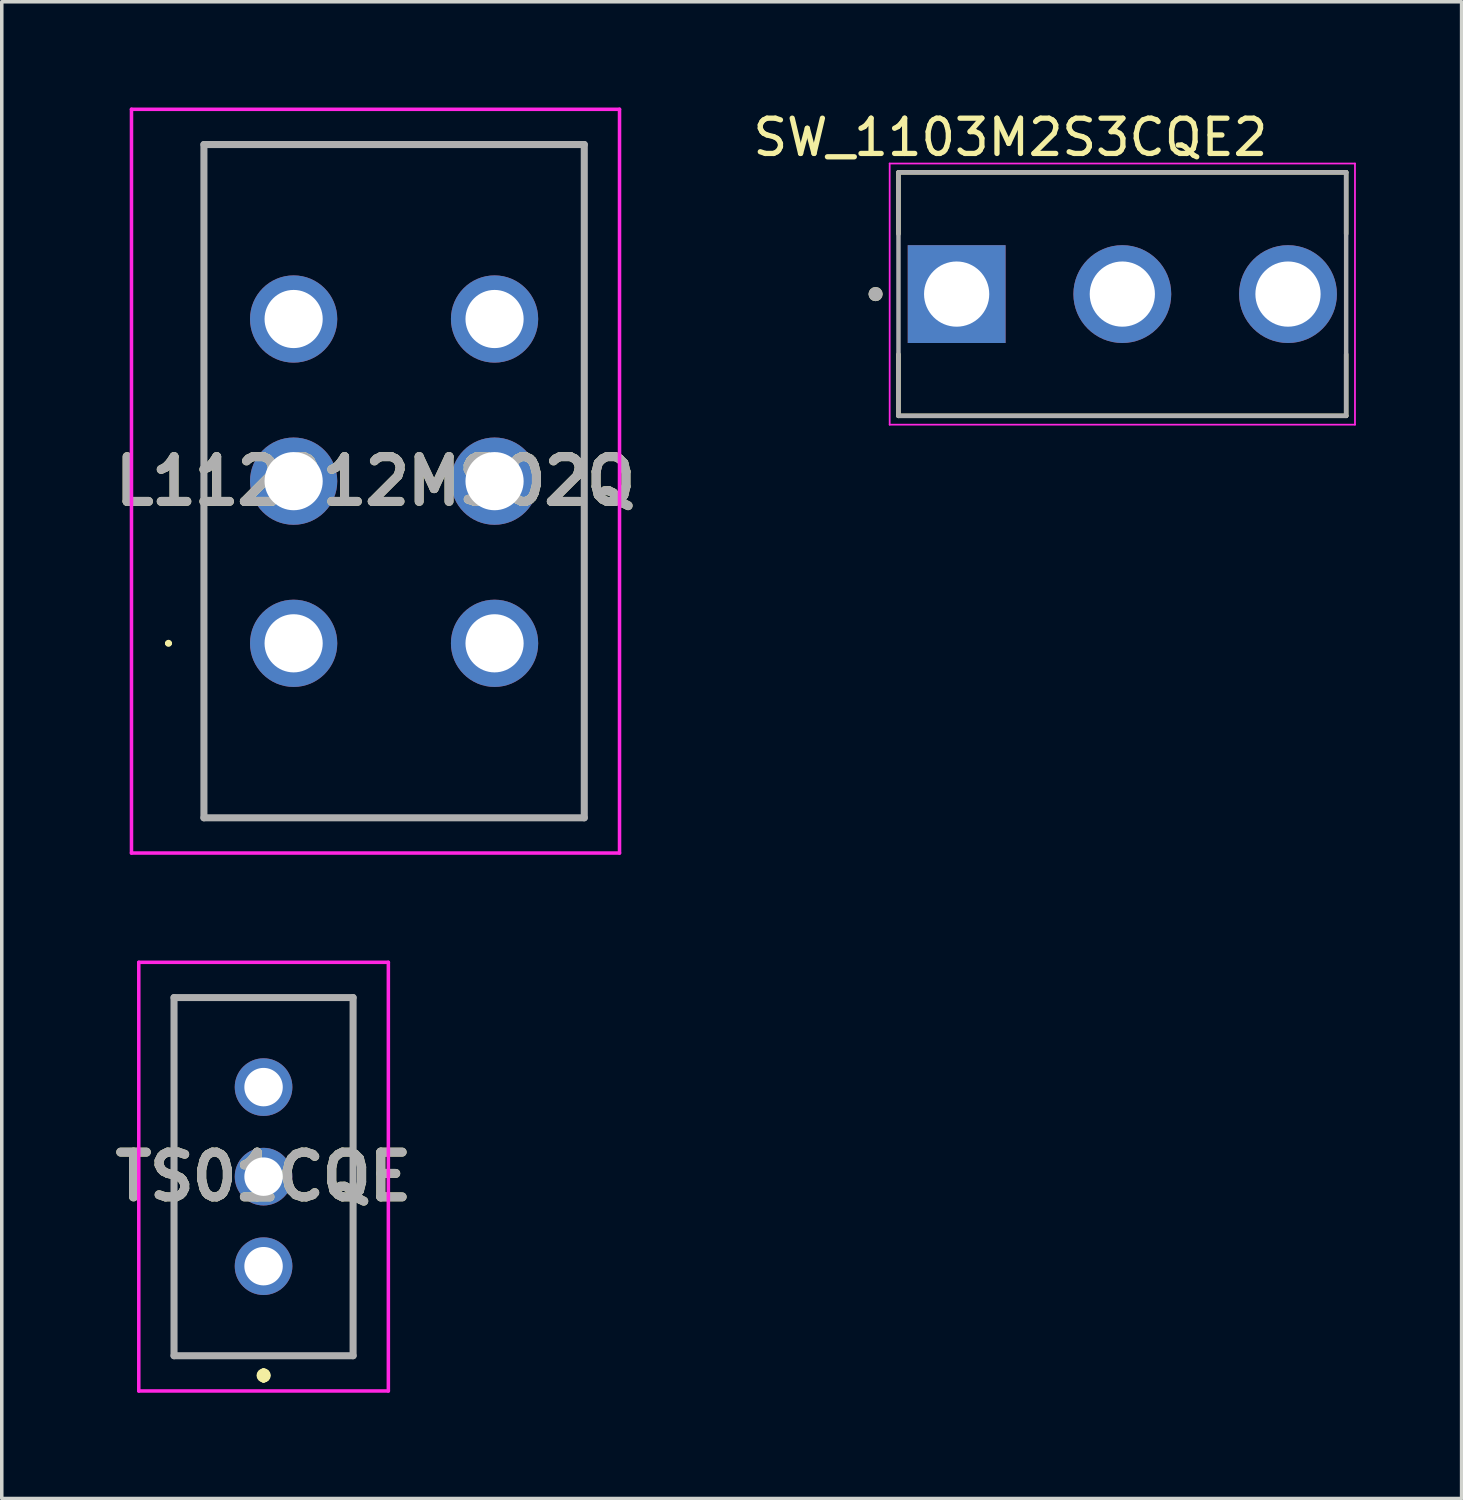
<source format=kicad_pcb>
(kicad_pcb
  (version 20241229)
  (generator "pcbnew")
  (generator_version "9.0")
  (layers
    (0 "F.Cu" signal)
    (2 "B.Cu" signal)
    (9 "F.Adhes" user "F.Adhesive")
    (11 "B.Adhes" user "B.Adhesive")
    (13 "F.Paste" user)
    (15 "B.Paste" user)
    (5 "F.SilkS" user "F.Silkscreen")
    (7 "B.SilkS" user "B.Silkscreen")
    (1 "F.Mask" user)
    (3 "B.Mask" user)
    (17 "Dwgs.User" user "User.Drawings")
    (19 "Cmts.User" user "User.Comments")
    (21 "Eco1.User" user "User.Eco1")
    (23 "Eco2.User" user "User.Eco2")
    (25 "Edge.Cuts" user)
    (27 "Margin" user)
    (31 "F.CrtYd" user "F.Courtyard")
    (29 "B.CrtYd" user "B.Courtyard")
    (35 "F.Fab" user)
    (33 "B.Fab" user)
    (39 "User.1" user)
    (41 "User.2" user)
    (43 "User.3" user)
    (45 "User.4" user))
  (footprint "TS01CQE"
    (layer "F.Cu")
    (at 4.427 32.87)
    (property "Reference" "TS01CQE" (at 0 -2.54 0) (layer "F.SilkS") (effects (font (size 1.27 1.27) (thickness 0.254))))
    (attr through_hole)
    (fp_line (start -2.54 -7.62) (end 2.54 -7.62) (stroke (width 0.1) (type solid)) (layer "F.SilkS"))
    (fp_line (start -2.54 2.54) (end -2.54 -7.62) (stroke (width 0.1) (type solid)) (layer "F.SilkS"))
    (fp_line (start 0 3) (end 0 3) (stroke (width 0.2) (type solid)) (layer "F.SilkS"))
    (fp_line (start 0 3.2) (end 0 3.2) (stroke (width 0.2) (type solid)) (layer "F.SilkS"))
    (fp_line (start 0 3.2) (end 0 3.2) (stroke (width 0.2) (type solid)) (layer "F.SilkS"))
    (fp_line (start 2.54 -7.62) (end 2.54 2.54) (stroke (width 0.1) (type solid)) (layer "F.SilkS"))
    (fp_line (start 2.54 2.54) (end -2.54 2.54) (stroke (width 0.1) (type solid)) (layer "F.SilkS"))
    (fp_arc (start 0 3) (mid 0.1 3.1) (end 0 3.2) (stroke (width 0.2) (type solid)) (layer "F.SilkS"))
    (fp_arc (start 0 3) (mid 0.1 3.1) (end 0 3.2) (stroke (width 0.2) (type solid)) (layer "F.SilkS"))
    (fp_arc (start 0 3.2) (mid -0.1 3.1) (end 0 3) (stroke (width 0.2) (type solid)) (layer "F.SilkS"))
    (fp_line (start -3.54 -8.62) (end 3.54 -8.62) (stroke (width 0.1) (type solid)) (layer "F.CrtYd"))
    (fp_line (start -3.54 3.54) (end -3.54 -8.62) (stroke (width 0.1) (type solid)) (layer "F.CrtYd"))
    (fp_line (start 3.54 -8.62) (end 3.54 3.54) (stroke (width 0.1) (type solid)) (layer "F.CrtYd"))
    (fp_line (start 3.54 3.54) (end -3.54 3.54) (stroke (width 0.1) (type solid)) (layer "F.CrtYd"))
    (fp_line (start -2.54 -7.62) (end -2.54 2.54) (stroke (width 0.2) (type solid)) (layer "F.Fab"))
    (fp_line (start -2.54 2.54) (end 2.54 2.54) (stroke (width 0.2) (type solid)) (layer "F.Fab"))
    (fp_line (start 2.54 -7.62) (end -2.54 -7.62) (stroke (width 0.2) (type solid)) (layer "F.Fab"))
    (fp_line (start 2.54 2.54) (end 2.54 -7.62) (stroke (width 0.2) (type solid)) (layer "F.Fab"))
    (fp_text user "${REFERENCE}" (at 0 -2.54 0) (layer "F.Fab") (effects (font (size 1.27 1.27) (thickness 0.254))))
    (pad "1" thru_hole circle (at 0 0) (size 1.635 1.635) (drill 1.09) (layers "*.Cu" "*.Mask"))
    (pad "2" thru_hole circle (at 0 -2.54) (size 1.635 1.635) (drill 1.09) (layers "*.Cu" "*.Mask"))
    (pad "3" thru_hole circle (at 0 -5.08) (size 1.635 1.635) (drill 1.09) (layers "*.Cu" "*.Mask")))
  (footprint "L112012MS02Q"
    (layer "F.Cu")
    (at 5.28 15.2)
    (property "Reference" "L112012MS02Q" (at 2.322 -4.6 0) (layer "F.SilkS") (effects (font (size 1.27 1.27) (thickness 0.254))))
    (attr through_hole)
    (fp_line (start -3.6 0) (end -3.6 0) (stroke (width 0.1) (type solid)) (layer "F.SilkS"))
    (fp_line (start -3.5 0) (end -3.5 0) (stroke (width 0.1) (type solid)) (layer "F.SilkS"))
    (fp_line (start -2.545 -14.15) (end 8.245 -14.15) (stroke (width 0.1) (type solid)) (layer "F.SilkS"))
    (fp_line (start -2.545 4.95) (end -2.545 -14.15) (stroke (width 0.1) (type solid)) (layer "F.SilkS"))
    (fp_line (start 8.245 -14.15) (end 8.245 4.95) (stroke (width 0.1) (type solid)) (layer "F.SilkS"))
    (fp_line (start 8.245 4.95) (end -2.545 4.95) (stroke (width 0.1) (type solid)) (layer "F.SilkS"))
    (fp_arc (start -3.6 0) (mid -3.55 -0.05) (end -3.5 0) (stroke (width 0.1) (type solid)) (layer "F.SilkS"))
    (fp_arc (start -3.5 0) (mid -3.55 0.05) (end -3.6 0) (stroke (width 0.1) (type solid)) (layer "F.SilkS"))
    (fp_line (start -4.6 -15.15) (end 9.245 -15.15) (stroke (width 0.1) (type solid)) (layer "F.CrtYd"))
    (fp_line (start -4.6 5.95) (end -4.6 -15.15) (stroke (width 0.1) (type solid)) (layer "F.CrtYd"))
    (fp_line (start 9.245 -15.15) (end 9.245 5.95) (stroke (width 0.1) (type solid)) (layer "F.CrtYd"))
    (fp_line (start 9.245 5.95) (end -4.6 5.95) (stroke (width 0.1) (type solid)) (layer "F.CrtYd"))
    (fp_line (start -2.545 -14.15) (end 8.245 -14.15) (stroke (width 0.2) (type solid)) (layer "F.Fab"))
    (fp_line (start -2.545 4.95) (end -2.545 -14.15) (stroke (width 0.2) (type solid)) (layer "F.Fab"))
    (fp_line (start 8.245 -14.15) (end 8.245 4.95) (stroke (width 0.2) (type solid)) (layer "F.Fab"))
    (fp_line (start 8.245 4.95) (end -2.545 4.95) (stroke (width 0.2) (type solid)) (layer "F.Fab"))
    (fp_text user "${REFERENCE}" (at 2.322 -4.6 0) (layer "F.Fab") (effects (font (size 1.27 1.27) (thickness 0.254))))
    (pad "1" thru_hole circle (at 0 0) (size 2.475 2.475) (drill 1.65) (layers "*.Cu" "*.Mask"))
    (pad "2" thru_hole circle (at 0 -4.6) (size 2.475 2.475) (drill 1.65) (layers "*.Cu" "*.Mask"))
    (pad "3" thru_hole circle (at 0 -9.2) (size 2.475 2.475) (drill 1.65) (layers "*.Cu" "*.Mask"))
    (pad "4" thru_hole circle (at 5.7 0) (size 2.475 2.475) (drill 1.65) (layers "*.Cu" "*.Mask"))
    (pad "5" thru_hole circle (at 5.7 -4.6) (size 2.475 2.475) (drill 1.65) (layers "*.Cu" "*.Mask"))
    (pad "6" thru_hole circle (at 5.7 -9.2) (size 2.475 2.475) (drill 1.65) (layers "*.Cu" "*.Mask")))
  (footprint "SW_1103M2S3CQE2"
    (layer "F.Cu")
    (at 28.789 5.293)
    (property "Reference" "SW_1103M2S3CQE2" (at -3.175 -4.445 0) (layer "F.SilkS") (effects (font (size 1 1) (thickness 0.15))))
    (attr through_hole)
    (fp_line (start -6.35 -3.454) (end 6.35 -3.454) (stroke (width 0.127) (type solid)) (layer "F.SilkS"))
    (fp_line (start -6.35 -1.708) (end -6.35 -3.454) (stroke (width 0.127) (type solid)) (layer "F.SilkS"))
    (fp_line (start -6.35 3.454) (end -6.35 1.708) (stroke (width 0.127) (type solid)) (layer "F.SilkS"))
    (fp_line (start 6.35 -3.454) (end 6.35 -1.708) (stroke (width 0.127) (type solid)) (layer "F.SilkS"))
    (fp_line (start 6.35 3.454) (end -6.35 3.454) (stroke (width 0.127) (type solid)) (layer "F.SilkS"))
    (fp_line (start 6.35 3.454) (end 6.35 1.708) (stroke (width 0.127) (type solid)) (layer "F.SilkS"))
    (fp_circle (center -7 0) (end -6.9 0) (stroke (width 0.2) (type solid)) (fill no) (layer "F.SilkS"))
    (fp_line (start -6.6 -3.704) (end -6.6 3.704) (stroke (width 0.05) (type solid)) (layer "F.CrtYd"))
    (fp_line (start -6.6 3.704) (end 6.6 3.704) (stroke (width 0.05) (type solid)) (layer "F.CrtYd"))
    (fp_line (start 6.6 -3.704) (end -6.6 -3.704) (stroke (width 0.05) (type solid)) (layer "F.CrtYd"))
    (fp_line (start 6.6 3.704) (end 6.6 -3.704) (stroke (width 0.05) (type solid)) (layer "F.CrtYd"))
    (fp_line (start -6.35 -3.454) (end 6.35 -3.454) (stroke (width 0.127) (type solid)) (layer "F.Fab"))
    (fp_line (start -6.35 3.454) (end -6.35 -3.454) (stroke (width 0.127) (type solid)) (layer "F.Fab"))
    (fp_line (start 6.35 -3.454) (end 6.35 3.454) (stroke (width 0.127) (type solid)) (layer "F.Fab"))
    (fp_line (start 6.35 3.454) (end -6.35 3.454) (stroke (width 0.127) (type solid)) (layer "F.Fab"))
    (fp_circle (center -7 0) (end -6.9 0) (stroke (width 0.2) (type solid)) (fill no) (layer "F.Fab"))
    (pad "1" thru_hole rect (at -4.7 0) (size 2.775 2.775) (drill 1.85) (layers "*.Cu" "*.Mask"))
    (pad "2" thru_hole circle (at 0 0) (size 2.775 2.775) (drill 1.85) (layers "*.Cu" "*.Mask"))
    (pad "3" thru_hole circle (at 4.7 0) (size 2.775 2.775) (drill 1.85) (layers "*.Cu" "*.Mask")))
  (gr_rect
    (start -3 -3)
    (end 38.414 39.46)
    (stroke (width 0.1) (type default))
    (fill no)
    (layer "Edge.Cuts")))
</source>
